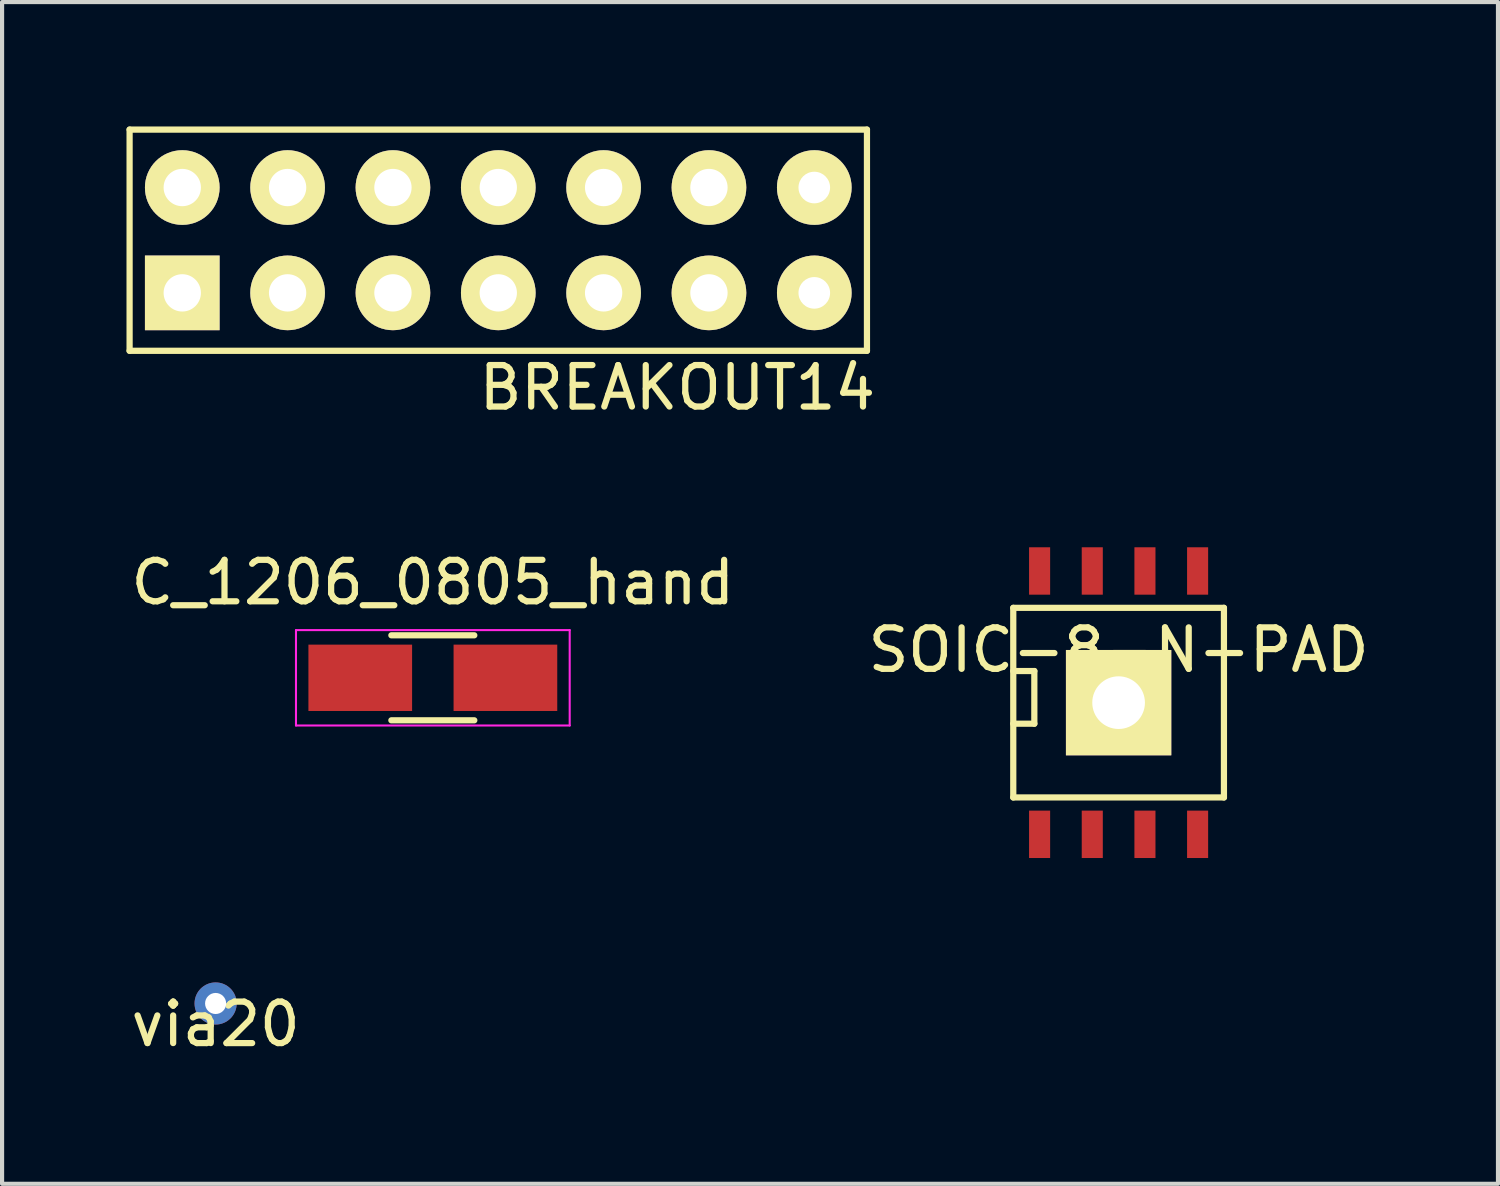
<source format=kicad_pcb>
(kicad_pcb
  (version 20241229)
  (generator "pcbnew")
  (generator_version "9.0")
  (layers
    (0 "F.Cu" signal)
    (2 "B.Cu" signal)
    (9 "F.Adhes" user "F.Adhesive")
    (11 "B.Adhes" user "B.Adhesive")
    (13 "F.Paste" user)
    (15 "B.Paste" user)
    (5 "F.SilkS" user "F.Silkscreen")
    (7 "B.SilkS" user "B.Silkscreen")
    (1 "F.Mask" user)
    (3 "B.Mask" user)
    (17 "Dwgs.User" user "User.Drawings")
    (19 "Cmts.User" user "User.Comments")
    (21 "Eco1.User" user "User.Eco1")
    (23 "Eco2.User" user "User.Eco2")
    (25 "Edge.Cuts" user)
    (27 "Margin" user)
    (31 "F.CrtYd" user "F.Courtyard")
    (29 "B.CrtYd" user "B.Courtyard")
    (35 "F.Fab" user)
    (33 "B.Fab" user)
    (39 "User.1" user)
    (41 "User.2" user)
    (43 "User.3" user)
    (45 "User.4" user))
  (footprint "C_1206_0805_hand"
    (layer "F.Cu")
    (at 7.387 13.294)
    (property "Reference" "C_1206_0805_hand" (at 0 -2.3 0) (layer "F.SilkS") (effects (font (size 1 1) (thickness 0.15))))
    (attr smd)
    (fp_line (start -1 1.025) (end 1 1.025) (stroke (width 0.15) (type solid)) (layer "F.SilkS"))
    (fp_line (start 1 -1.025) (end -1 -1.025) (stroke (width 0.15) (type solid)) (layer "F.SilkS"))
    (fp_line (start -3.3 -1.15) (end -3.3 1.15) (stroke (width 0.05) (type solid)) (layer "F.CrtYd"))
    (fp_line (start -3.3 -1.15) (end 3.3 -1.15) (stroke (width 0.05) (type solid)) (layer "F.CrtYd"))
    (fp_line (start -3.3 1.15) (end 3.3 1.15) (stroke (width 0.05) (type solid)) (layer "F.CrtYd"))
    (fp_line (start 3.3 -1.15) (end 3.3 1.15) (stroke (width 0.05) (type solid)) (layer "F.CrtYd"))
    (pad "1" smd rect (at -1.75 0) (size 2.5 1.6) (layers "F.Cu" "F.Mask" "F.Paste"))
    (pad "2" smd rect (at 1.75 0) (size 2.5 1.6) (layers "F.Cu" "F.Mask" "F.Paste")))
  (footprint "BREAKOUT14"
    (layer "F.Cu")
    (at 1.345 4.012)
    (property "Reference" "BREAKOUT14" (at 11.938 2.286 0) (layer "F.SilkS") (effects (font (size 1 1) (thickness 0.15))))
    (attr through_hole)
    (fp_line (start -1.27 -3.937) (end 16.51 -3.937) (stroke (width 0.15) (type solid)) (layer "F.SilkS"))
    (fp_line (start -1.27 1.397) (end -1.27 -3.937) (stroke (width 0.15) (type solid)) (layer "F.SilkS"))
    (fp_line (start -1.27 1.397) (end 16.51 1.397) (stroke (width 0.15) (type solid)) (layer "F.SilkS"))
    (fp_line (start 16.51 -3.937) (end 16.51 1.397) (stroke (width 0.15) (type solid)) (layer "F.SilkS"))
    (pad "1" thru_hole rect (at 0 0) (size 1.8 1.8) (drill 0.9) (layers "*.Cu" "*.Mask" "F.SilkS"))
    (pad "2" thru_hole circle (at 0 -2.54) (size 1.8 1.8) (drill 0.9) (layers "*.Cu" "*.Mask" "F.SilkS"))
    (pad "3" thru_hole circle (at 2.54 0) (size 1.8 1.8) (drill 0.9) (layers "*.Cu" "*.Mask" "F.SilkS"))
    (pad "4" thru_hole circle (at 2.54 -2.54) (size 1.8 1.8) (drill 0.9) (layers "*.Cu" "*.Mask" "F.SilkS"))
    (pad "5" thru_hole circle (at 5.08 0) (size 1.8 1.8) (drill 0.9) (layers "*.Cu" "*.Mask" "F.SilkS"))
    (pad "6" thru_hole circle (at 5.08 -2.54) (size 1.8 1.8) (drill 0.9) (layers "*.Cu" "*.Mask" "F.SilkS"))
    (pad "7" thru_hole circle (at 7.62 0) (size 1.8 1.8) (drill 0.9) (layers "*.Cu" "*.Mask" "F.SilkS"))
    (pad "8" thru_hole circle (at 7.62 -2.54) (size 1.8 1.8) (drill 0.9) (layers "*.Cu" "*.Mask" "F.SilkS"))
    (pad "9" thru_hole circle (at 10.16 0) (size 1.8 1.8) (drill 0.9) (layers "*.Cu" "*.Mask" "F.SilkS"))
    (pad "10" thru_hole circle (at 10.16 -2.54) (size 1.8 1.8) (drill 0.9) (layers "*.Cu" "*.Mask" "F.SilkS"))
    (pad "11" thru_hole circle (at 12.7 0) (size 1.8 1.8) (drill 0.9) (layers "*.Cu" "*.Mask" "F.SilkS"))
    (pad "12" thru_hole circle (at 12.7 -2.54) (size 1.8 1.8) (drill 0.9) (layers "*.Cu" "*.Mask" "F.SilkS"))
    (pad "13" thru_hole circle (at 15.24 0) (size 1.8 1.8) (drill 0.762) (layers "*.Cu" "*.Mask" "F.SilkS"))
    (pad "14" thru_hole circle (at 15.24 -2.54) (size 1.8 1.8) (drill 0.762) (layers "*.Cu" "*.Mask" "F.SilkS")))
  (footprint "SOIC-8-N-PAD"
    (layer "F.Cu")
    (at 23.923 13.893)
    (property "Reference" "SOIC-8-N-PAD" (at 0 -1.27 0) (layer "F.SilkS") (effects (font (size 1 1) (thickness 0.15))))
    (attr smd)
    (fp_line (start -2.54 -2.286) (end 2.54 -2.286) (stroke (width 0.15) (type solid)) (layer "F.SilkS"))
    (fp_line (start -2.54 -0.762) (end -2.032 -0.762) (stroke (width 0.15) (type solid)) (layer "F.SilkS"))
    (fp_line (start -2.54 2.286) (end -2.54 -2.286) (stroke (width 0.15) (type solid)) (layer "F.SilkS"))
    (fp_line (start -2.032 -0.762) (end -2.032 0.508) (stroke (width 0.15) (type solid)) (layer "F.SilkS"))
    (fp_line (start -2.032 0.508) (end -2.54 0.508) (stroke (width 0.15) (type solid)) (layer "F.SilkS"))
    (fp_line (start 2.54 -2.286) (end 2.54 2.286) (stroke (width 0.15) (type solid)) (layer "F.SilkS"))
    (fp_line (start 2.54 2.286) (end -2.54 2.286) (stroke (width 0.15) (type solid)) (layer "F.SilkS"))
    (pad "1" smd rect (at -1.905 3.175) (size 0.508 1.143) (layers "F.Cu" "F.Mask" "F.Paste"))
    (pad "2" smd rect (at -0.635 3.175) (size 0.508 1.143) (layers "F.Cu" "F.Mask" "F.Paste"))
    (pad "3" smd rect (at 0.635 3.175) (size 0.508 1.143) (layers "F.Cu" "F.Mask" "F.Paste"))
    (pad "4" thru_hole rect (at 0 0) (size 2.54 2.54) (drill 1.27) (layers "*.Cu" "*.Mask" "F.SilkS"))
    (pad "4" smd rect (at 1.905 3.175) (size 0.508 1.143) (layers "F.Cu" "F.Mask" "F.Paste"))
    (pad "5" smd rect (at 1.905 -3.175) (size 0.508 1.143) (layers "F.Cu" "F.Mask" "F.Paste"))
    (pad "6" smd rect (at 0.635 -3.175) (size 0.508 1.143) (layers "F.Cu" "F.Mask" "F.Paste"))
    (pad "7" smd rect (at -0.635 -3.175) (size 0.508 1.143) (layers "F.Cu" "F.Mask" "F.Paste"))
    (pad "8" smd rect (at -1.905 -3.175) (size 0.508 1.143) (layers "F.Cu" "F.Mask" "F.Paste")))
  (footprint "via20"
    (layer "F.Cu")
    (at 2.149 21.147)
    (property "Reference" "via20" (at 0 0.5 0) (layer "F.SilkS") (effects (font (size 1 1) (thickness 0.15))))
    (attr through_hole)
    (pad "1" thru_hole circle (at 0 0) (size 1.016 1.016) (drill 0.508) (layers "*.Cu")))
  (gr_rect
    (start -3 -3)
    (end 33.071 25.495)
    (stroke (width 0.1) (type default))
    (fill no)
    (layer "Edge.Cuts")))
</source>
